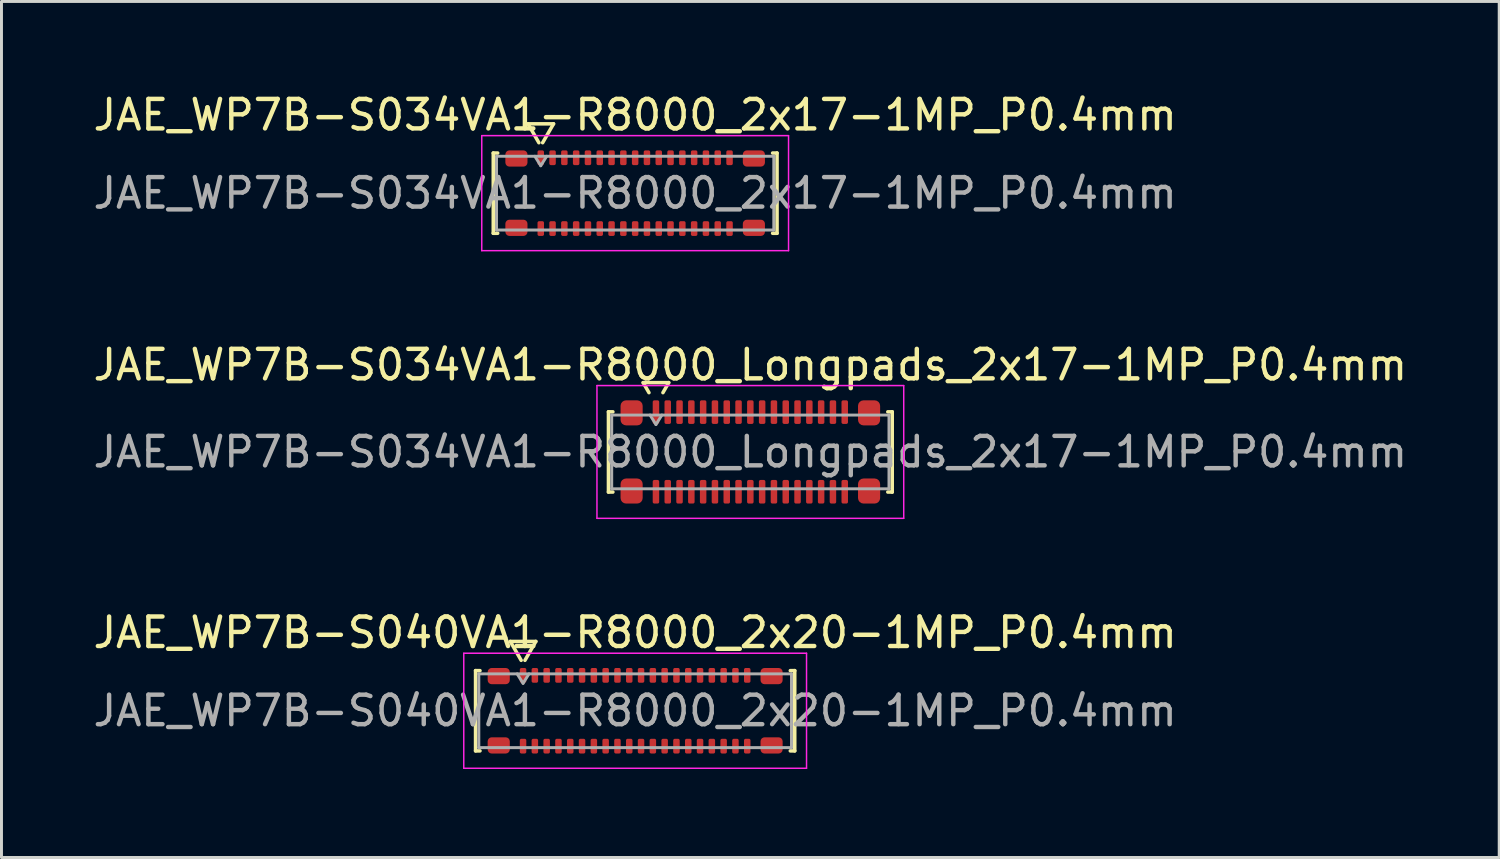
<source format=kicad_pcb>
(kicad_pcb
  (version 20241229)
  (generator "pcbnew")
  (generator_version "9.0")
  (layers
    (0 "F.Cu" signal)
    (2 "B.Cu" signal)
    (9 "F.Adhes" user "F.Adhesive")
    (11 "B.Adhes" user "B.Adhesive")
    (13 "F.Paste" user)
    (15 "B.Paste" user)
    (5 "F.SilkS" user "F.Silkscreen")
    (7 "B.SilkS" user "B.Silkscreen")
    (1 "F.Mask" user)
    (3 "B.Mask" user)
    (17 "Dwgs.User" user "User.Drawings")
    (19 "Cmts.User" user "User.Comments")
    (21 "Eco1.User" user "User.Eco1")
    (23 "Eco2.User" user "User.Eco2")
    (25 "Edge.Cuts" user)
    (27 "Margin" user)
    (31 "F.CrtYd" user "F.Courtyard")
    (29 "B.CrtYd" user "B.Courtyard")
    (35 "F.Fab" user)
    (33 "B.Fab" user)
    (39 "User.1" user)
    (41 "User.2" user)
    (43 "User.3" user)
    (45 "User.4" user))
  (footprint "JAE_WP7B-S034VA1-R8000_2x17-1MP_P0.4mm"
    (layer "F.Cu")
    (at 18.482 3.498)
    (property "Reference" "JAE_WP7B-S034VA1-R8000_2x17-1MP_P0.4mm" (at 0 -2.65 0) (layer "F.SilkS") (effects (font (size 1 1) (thickness 0.15))))
    (attr smd)
    (fp_line (start -4.81 -1.36) (end -4.66 -1.36) (stroke (width 0.12) (type solid)) (layer "F.SilkS"))
    (fp_line (start -4.81 1.36) (end -4.81 -1.36) (stroke (width 0.12) (type solid)) (layer "F.SilkS"))
    (fp_line (start -4.66 1.36) (end -4.81 1.36) (stroke (width 0.12) (type solid)) (layer "F.SilkS"))
    (fp_line (start -3.633 -2.35) (end -3.264 -1.71) (stroke (width 0.12) (type solid)) (layer "F.SilkS"))
    (fp_line (start -3.136 -1.71) (end -2.767 -2.35) (stroke (width 0.12) (type solid)) (layer "F.SilkS"))
    (fp_line (start -2.767 -2.35) (end -3.633 -2.35) (stroke (width 0.12) (type solid)) (layer "F.SilkS"))
    (fp_line (start 4.66 -1.36) (end 4.81 -1.36) (stroke (width 0.12) (type solid)) (layer "F.SilkS"))
    (fp_line (start 4.81 -1.36) (end 4.81 1.36) (stroke (width 0.12) (type solid)) (layer "F.SilkS"))
    (fp_line (start 4.81 1.36) (end 4.66 1.36) (stroke (width 0.12) (type solid)) (layer "F.SilkS"))
    (fp_line (start -5.2 -1.95) (end -5.2 1.95) (stroke (width 0.05) (type solid)) (layer "F.CrtYd"))
    (fp_line (start -5.2 1.95) (end 5.2 1.95) (stroke (width 0.05) (type solid)) (layer "F.CrtYd"))
    (fp_line (start 5.2 -1.95) (end -5.2 -1.95) (stroke (width 0.05) (type solid)) (layer "F.CrtYd"))
    (fp_line (start 5.2 1.95) (end 5.2 -1.95) (stroke (width 0.05) (type solid)) (layer "F.CrtYd"))
    (fp_line (start -4.7 -1.25) (end 4.7 -1.25) (stroke (width 0.1) (type solid)) (layer "F.Fab"))
    (fp_line (start -4.7 1.25) (end -4.7 -1.25) (stroke (width 0.1) (type solid)) (layer "F.Fab"))
    (fp_line (start -3.4 -1.25) (end -3.2 -0.93) (stroke (width 0.1) (type solid)) (layer "F.Fab"))
    (fp_line (start -3.2 -0.93) (end -3 -1.25) (stroke (width 0.1) (type solid)) (layer "F.Fab"))
    (fp_line (start 4.7 -1.25) (end 4.7 1.25) (stroke (width 0.1) (type solid)) (layer "F.Fab"))
    (fp_line (start 4.7 1.25) (end -4.7 1.25) (stroke (width 0.1) (type solid)) (layer "F.Fab"))
    (fp_text user "${REFERENCE}" (at 0 0 0) (layer "F.Fab") (effects (font (size 1 1) (thickness 0.15))))
    (pad "1" smd roundrect (at -3.2 -1.2) (size 0.22 0.5) (layers "F.Cu" "F.Mask" "F.Paste") (roundrect_rratio 0.25))
    (pad "2" smd roundrect (at -3.2 1.2) (size 0.22 0.5) (layers "F.Cu" "F.Mask" "F.Paste") (roundrect_rratio 0.25))
    (pad "3" smd roundrect (at -2.8 -1.2) (size 0.22 0.5) (layers "F.Cu" "F.Mask" "F.Paste") (roundrect_rratio 0.25))
    (pad "4" smd roundrect (at -2.8 1.2) (size 0.22 0.5) (layers "F.Cu" "F.Mask" "F.Paste") (roundrect_rratio 0.25))
    (pad "5" smd roundrect (at -2.4 -1.2) (size 0.22 0.5) (layers "F.Cu" "F.Mask" "F.Paste") (roundrect_rratio 0.25))
    (pad "6" smd roundrect (at -2.4 1.2) (size 0.22 0.5) (layers "F.Cu" "F.Mask" "F.Paste") (roundrect_rratio 0.25))
    (pad "7" smd roundrect (at -2 -1.2) (size 0.22 0.5) (layers "F.Cu" "F.Mask" "F.Paste") (roundrect_rratio 0.25))
    (pad "8" smd roundrect (at -2 1.2) (size 0.22 0.5) (layers "F.Cu" "F.Mask" "F.Paste") (roundrect_rratio 0.25))
    (pad "9" smd roundrect (at -1.6 -1.2) (size 0.22 0.5) (layers "F.Cu" "F.Mask" "F.Paste") (roundrect_rratio 0.25))
    (pad "10" smd roundrect (at -1.6 1.2) (size 0.22 0.5) (layers "F.Cu" "F.Mask" "F.Paste") (roundrect_rratio 0.25))
    (pad "11" smd roundrect (at -1.2 -1.2) (size 0.22 0.5) (layers "F.Cu" "F.Mask" "F.Paste") (roundrect_rratio 0.25))
    (pad "12" smd roundrect (at -1.2 1.2) (size 0.22 0.5) (layers "F.Cu" "F.Mask" "F.Paste") (roundrect_rratio 0.25))
    (pad "13" smd roundrect (at -0.8 -1.2) (size 0.22 0.5) (layers "F.Cu" "F.Mask" "F.Paste") (roundrect_rratio 0.25))
    (pad "14" smd roundrect (at -0.8 1.2) (size 0.22 0.5) (layers "F.Cu" "F.Mask" "F.Paste") (roundrect_rratio 0.25))
    (pad "15" smd roundrect (at -0.4 -1.2) (size 0.22 0.5) (layers "F.Cu" "F.Mask" "F.Paste") (roundrect_rratio 0.25))
    (pad "16" smd roundrect (at -0.4 1.2) (size 0.22 0.5) (layers "F.Cu" "F.Mask" "F.Paste") (roundrect_rratio 0.25))
    (pad "17" smd roundrect (at 0 -1.2) (size 0.22 0.5) (layers "F.Cu" "F.Mask" "F.Paste") (roundrect_rratio 0.25))
    (pad "18" smd roundrect (at 0 1.2) (size 0.22 0.5) (layers "F.Cu" "F.Mask" "F.Paste") (roundrect_rratio 0.25))
    (pad "19" smd roundrect (at 0.4 -1.2) (size 0.22 0.5) (layers "F.Cu" "F.Mask" "F.Paste") (roundrect_rratio 0.25))
    (pad "20" smd roundrect (at 0.4 1.2) (size 0.22 0.5) (layers "F.Cu" "F.Mask" "F.Paste") (roundrect_rratio 0.25))
    (pad "21" smd roundrect (at 0.8 -1.2) (size 0.22 0.5) (layers "F.Cu" "F.Mask" "F.Paste") (roundrect_rratio 0.25))
    (pad "22" smd roundrect (at 0.8 1.2) (size 0.22 0.5) (layers "F.Cu" "F.Mask" "F.Paste") (roundrect_rratio 0.25))
    (pad "23" smd roundrect (at 1.2 -1.2) (size 0.22 0.5) (layers "F.Cu" "F.Mask" "F.Paste") (roundrect_rratio 0.25))
    (pad "24" smd roundrect (at 1.2 1.2) (size 0.22 0.5) (layers "F.Cu" "F.Mask" "F.Paste") (roundrect_rratio 0.25))
    (pad "25" smd roundrect (at 1.6 -1.2) (size 0.22 0.5) (layers "F.Cu" "F.Mask" "F.Paste") (roundrect_rratio 0.25))
    (pad "26" smd roundrect (at 1.6 1.2) (size 0.22 0.5) (layers "F.Cu" "F.Mask" "F.Paste") (roundrect_rratio 0.25))
    (pad "27" smd roundrect (at 2 -1.2) (size 0.22 0.5) (layers "F.Cu" "F.Mask" "F.Paste") (roundrect_rratio 0.25))
    (pad "28" smd roundrect (at 2 1.2) (size 0.22 0.5) (layers "F.Cu" "F.Mask" "F.Paste") (roundrect_rratio 0.25))
    (pad "29" smd roundrect (at 2.4 -1.2) (size 0.22 0.5) (layers "F.Cu" "F.Mask" "F.Paste") (roundrect_rratio 0.25))
    (pad "30" smd roundrect (at 2.4 1.2) (size 0.22 0.5) (layers "F.Cu" "F.Mask" "F.Paste") (roundrect_rratio 0.25))
    (pad "31" smd roundrect (at 2.8 -1.2) (size 0.22 0.5) (layers "F.Cu" "F.Mask" "F.Paste") (roundrect_rratio 0.25))
    (pad "32" smd roundrect (at 2.8 1.2) (size 0.22 0.5) (layers "F.Cu" "F.Mask" "F.Paste") (roundrect_rratio 0.25))
    (pad "33" smd roundrect (at 3.2 -1.2) (size 0.22 0.5) (layers "F.Cu" "F.Mask" "F.Paste") (roundrect_rratio 0.25))
    (pad "34" smd roundrect (at 3.2 1.2) (size 0.22 0.5) (layers "F.Cu" "F.Mask" "F.Paste") (roundrect_rratio 0.25))
    (pad "MP" smd roundrect (at -4.025 -1.175) (size 0.75 0.55) (layers "F.Cu" "F.Mask" "F.Paste") (roundrect_rratio 0.25))
    (pad "MP" smd roundrect (at -4.025 1.175) (size 0.75 0.55) (layers "F.Cu" "F.Mask" "F.Paste") (roundrect_rratio 0.25))
    (pad "MP" smd roundrect (at 4.025 -1.175) (size 0.75 0.55) (layers "F.Cu" "F.Mask" "F.Paste") (roundrect_rratio 0.25))
    (pad "MP" smd roundrect (at 4.025 1.175) (size 0.75 0.55) (layers "F.Cu" "F.Mask" "F.Paste") (roundrect_rratio 0.25)))
  (footprint "JAE_WP7B-S034VA1-R8000_Longpads_2x17-1MP_P0.4mm"
    (layer "F.Cu")
    (at 22.387 12.271)
    (property "Reference" "JAE_WP7B-S034VA1-R8000_Longpads_2x17-1MP_P0.4mm" (at 0 -2.95 0) (layer "F.SilkS") (effects (font (size 1 1) (thickness 0.15))))
    (attr smd)
    (fp_line (start -4.81 -1.36) (end -4.66 -1.36) (stroke (width 0.12) (type solid)) (layer "F.SilkS"))
    (fp_line (start -4.81 1.36) (end -4.81 -1.36) (stroke (width 0.12) (type solid)) (layer "F.SilkS"))
    (fp_line (start -4.66 1.36) (end -4.81 1.36) (stroke (width 0.12) (type solid)) (layer "F.SilkS"))
    (fp_line (start -3.633 -2.35) (end -3.437 -2.01) (stroke (width 0.12) (type solid)) (layer "F.SilkS"))
    (fp_line (start -2.963 -2.01) (end -2.767 -2.35) (stroke (width 0.12) (type solid)) (layer "F.SilkS"))
    (fp_line (start -2.767 -2.35) (end -3.633 -2.35) (stroke (width 0.12) (type solid)) (layer "F.SilkS"))
    (fp_line (start 4.66 -1.36) (end 4.81 -1.36) (stroke (width 0.12) (type solid)) (layer "F.SilkS"))
    (fp_line (start 4.81 -1.36) (end 4.81 1.36) (stroke (width 0.12) (type solid)) (layer "F.SilkS"))
    (fp_line (start 4.81 1.36) (end 4.66 1.36) (stroke (width 0.12) (type solid)) (layer "F.SilkS"))
    (fp_line (start -5.2 -2.25) (end -5.2 2.25) (stroke (width 0.05) (type solid)) (layer "F.CrtYd"))
    (fp_line (start -5.2 2.25) (end 5.2 2.25) (stroke (width 0.05) (type solid)) (layer "F.CrtYd"))
    (fp_line (start 5.2 -2.25) (end -5.2 -2.25) (stroke (width 0.05) (type solid)) (layer "F.CrtYd"))
    (fp_line (start 5.2 2.25) (end 5.2 -2.25) (stroke (width 0.05) (type solid)) (layer "F.CrtYd"))
    (fp_line (start -4.7 -1.25) (end 4.7 -1.25) (stroke (width 0.1) (type solid)) (layer "F.Fab"))
    (fp_line (start -4.7 1.25) (end -4.7 -1.25) (stroke (width 0.1) (type solid)) (layer "F.Fab"))
    (fp_line (start -3.4 -1.25) (end -3.2 -0.93) (stroke (width 0.1) (type solid)) (layer "F.Fab"))
    (fp_line (start -3.2 -0.93) (end -3 -1.25) (stroke (width 0.1) (type solid)) (layer "F.Fab"))
    (fp_line (start 4.7 -1.25) (end 4.7 1.25) (stroke (width 0.1) (type solid)) (layer "F.Fab"))
    (fp_line (start 4.7 1.25) (end -4.7 1.25) (stroke (width 0.1) (type solid)) (layer "F.Fab"))
    (fp_text user "${REFERENCE}" (at 0 0 0) (layer "F.Fab") (effects (font (size 1 1) (thickness 0.15))))
    (pad "1" smd roundrect (at -3.2 -1.35) (size 0.22 0.8) (layers "F.Cu" "F.Mask" "F.Paste") (roundrect_rratio 0.25))
    (pad "2" smd roundrect (at -3.2 1.35) (size 0.22 0.8) (layers "F.Cu" "F.Mask" "F.Paste") (roundrect_rratio 0.25))
    (pad "3" smd roundrect (at -2.8 -1.35) (size 0.22 0.8) (layers "F.Cu" "F.Mask" "F.Paste") (roundrect_rratio 0.25))
    (pad "4" smd roundrect (at -2.8 1.35) (size 0.22 0.8) (layers "F.Cu" "F.Mask" "F.Paste") (roundrect_rratio 0.25))
    (pad "5" smd roundrect (at -2.4 -1.35) (size 0.22 0.8) (layers "F.Cu" "F.Mask" "F.Paste") (roundrect_rratio 0.25))
    (pad "6" smd roundrect (at -2.4 1.35) (size 0.22 0.8) (layers "F.Cu" "F.Mask" "F.Paste") (roundrect_rratio 0.25))
    (pad "7" smd roundrect (at -2 -1.35) (size 0.22 0.8) (layers "F.Cu" "F.Mask" "F.Paste") (roundrect_rratio 0.25))
    (pad "8" smd roundrect (at -2 1.35) (size 0.22 0.8) (layers "F.Cu" "F.Mask" "F.Paste") (roundrect_rratio 0.25))
    (pad "9" smd roundrect (at -1.6 -1.35) (size 0.22 0.8) (layers "F.Cu" "F.Mask" "F.Paste") (roundrect_rratio 0.25))
    (pad "10" smd roundrect (at -1.6 1.35) (size 0.22 0.8) (layers "F.Cu" "F.Mask" "F.Paste") (roundrect_rratio 0.25))
    (pad "11" smd roundrect (at -1.2 -1.35) (size 0.22 0.8) (layers "F.Cu" "F.Mask" "F.Paste") (roundrect_rratio 0.25))
    (pad "12" smd roundrect (at -1.2 1.35) (size 0.22 0.8) (layers "F.Cu" "F.Mask" "F.Paste") (roundrect_rratio 0.25))
    (pad "13" smd roundrect (at -0.8 -1.35) (size 0.22 0.8) (layers "F.Cu" "F.Mask" "F.Paste") (roundrect_rratio 0.25))
    (pad "14" smd roundrect (at -0.8 1.35) (size 0.22 0.8) (layers "F.Cu" "F.Mask" "F.Paste") (roundrect_rratio 0.25))
    (pad "15" smd roundrect (at -0.4 -1.35) (size 0.22 0.8) (layers "F.Cu" "F.Mask" "F.Paste") (roundrect_rratio 0.25))
    (pad "16" smd roundrect (at -0.4 1.35) (size 0.22 0.8) (layers "F.Cu" "F.Mask" "F.Paste") (roundrect_rratio 0.25))
    (pad "17" smd roundrect (at 0 -1.35) (size 0.22 0.8) (layers "F.Cu" "F.Mask" "F.Paste") (roundrect_rratio 0.25))
    (pad "18" smd roundrect (at 0 1.35) (size 0.22 0.8) (layers "F.Cu" "F.Mask" "F.Paste") (roundrect_rratio 0.25))
    (pad "19" smd roundrect (at 0.4 -1.35) (size 0.22 0.8) (layers "F.Cu" "F.Mask" "F.Paste") (roundrect_rratio 0.25))
    (pad "20" smd roundrect (at 0.4 1.35) (size 0.22 0.8) (layers "F.Cu" "F.Mask" "F.Paste") (roundrect_rratio 0.25))
    (pad "21" smd roundrect (at 0.8 -1.35) (size 0.22 0.8) (layers "F.Cu" "F.Mask" "F.Paste") (roundrect_rratio 0.25))
    (pad "22" smd roundrect (at 0.8 1.35) (size 0.22 0.8) (layers "F.Cu" "F.Mask" "F.Paste") (roundrect_rratio 0.25))
    (pad "23" smd roundrect (at 1.2 -1.35) (size 0.22 0.8) (layers "F.Cu" "F.Mask" "F.Paste") (roundrect_rratio 0.25))
    (pad "24" smd roundrect (at 1.2 1.35) (size 0.22 0.8) (layers "F.Cu" "F.Mask" "F.Paste") (roundrect_rratio 0.25))
    (pad "25" smd roundrect (at 1.6 -1.35) (size 0.22 0.8) (layers "F.Cu" "F.Mask" "F.Paste") (roundrect_rratio 0.25))
    (pad "26" smd roundrect (at 1.6 1.35) (size 0.22 0.8) (layers "F.Cu" "F.Mask" "F.Paste") (roundrect_rratio 0.25))
    (pad "27" smd roundrect (at 2 -1.35) (size 0.22 0.8) (layers "F.Cu" "F.Mask" "F.Paste") (roundrect_rratio 0.25))
    (pad "28" smd roundrect (at 2 1.35) (size 0.22 0.8) (layers "F.Cu" "F.Mask" "F.Paste") (roundrect_rratio 0.25))
    (pad "29" smd roundrect (at 2.4 -1.35) (size 0.22 0.8) (layers "F.Cu" "F.Mask" "F.Paste") (roundrect_rratio 0.25))
    (pad "30" smd roundrect (at 2.4 1.35) (size 0.22 0.8) (layers "F.Cu" "F.Mask" "F.Paste") (roundrect_rratio 0.25))
    (pad "31" smd roundrect (at 2.8 -1.35) (size 0.22 0.8) (layers "F.Cu" "F.Mask" "F.Paste") (roundrect_rratio 0.25))
    (pad "32" smd roundrect (at 2.8 1.35) (size 0.22 0.8) (layers "F.Cu" "F.Mask" "F.Paste") (roundrect_rratio 0.25))
    (pad "33" smd roundrect (at 3.2 -1.35) (size 0.22 0.8) (layers "F.Cu" "F.Mask" "F.Paste") (roundrect_rratio 0.25))
    (pad "34" smd roundrect (at 3.2 1.35) (size 0.22 0.8) (layers "F.Cu" "F.Mask" "F.Paste") (roundrect_rratio 0.25))
    (pad "MP" smd roundrect (at -4.025 -1.325) (size 0.75 0.85) (layers "F.Cu" "F.Mask" "F.Paste") (roundrect_rratio 0.25))
    (pad "MP" smd roundrect (at -4.025 1.325) (size 0.75 0.85) (layers "F.Cu" "F.Mask" "F.Paste") (roundrect_rratio 0.25))
    (pad "MP" smd roundrect (at 4.025 -1.325) (size 0.75 0.85) (layers "F.Cu" "F.Mask" "F.Paste") (roundrect_rratio 0.25))
    (pad "MP" smd roundrect (at 4.025 1.325) (size 0.75 0.85) (layers "F.Cu" "F.Mask" "F.Paste") (roundrect_rratio 0.25)))
  (footprint "JAE_WP7B-S040VA1-R8000_2x20-1MP_P0.4mm"
    (layer "F.Cu")
    (at 18.482 21.045)
    (property "Reference" "JAE_WP7B-S040VA1-R8000_2x20-1MP_P0.4mm" (at 0 -2.65 0) (layer "F.SilkS") (effects (font (size 1 1) (thickness 0.15))))
    (attr smd)
    (fp_line (start -5.41 -1.36) (end -5.26 -1.36) (stroke (width 0.12) (type solid)) (layer "F.SilkS"))
    (fp_line (start -5.41 1.36) (end -5.41 -1.36) (stroke (width 0.12) (type solid)) (layer "F.SilkS"))
    (fp_line (start -5.26 1.36) (end -5.41 1.36) (stroke (width 0.12) (type solid)) (layer "F.SilkS"))
    (fp_line (start -4.233 -2.35) (end -3.864 -1.71) (stroke (width 0.12) (type solid)) (layer "F.SilkS"))
    (fp_line (start -3.736 -1.71) (end -3.367 -2.35) (stroke (width 0.12) (type solid)) (layer "F.SilkS"))
    (fp_line (start -3.367 -2.35) (end -4.233 -2.35) (stroke (width 0.12) (type solid)) (layer "F.SilkS"))
    (fp_line (start 5.26 -1.36) (end 5.41 -1.36) (stroke (width 0.12) (type solid)) (layer "F.SilkS"))
    (fp_line (start 5.41 -1.36) (end 5.41 1.36) (stroke (width 0.12) (type solid)) (layer "F.SilkS"))
    (fp_line (start 5.41 1.36) (end 5.26 1.36) (stroke (width 0.12) (type solid)) (layer "F.SilkS"))
    (fp_line (start -5.81 -1.95) (end -5.81 1.95) (stroke (width 0.05) (type solid)) (layer "F.CrtYd"))
    (fp_line (start -5.81 1.95) (end 5.81 1.95) (stroke (width 0.05) (type solid)) (layer "F.CrtYd"))
    (fp_line (start 5.81 -1.95) (end -5.81 -1.95) (stroke (width 0.05) (type solid)) (layer "F.CrtYd"))
    (fp_line (start 5.81 1.95) (end 5.81 -1.95) (stroke (width 0.05) (type solid)) (layer "F.CrtYd"))
    (fp_line (start -5.3 -1.25) (end 5.3 -1.25) (stroke (width 0.1) (type solid)) (layer "F.Fab"))
    (fp_line (start -5.3 1.25) (end -5.3 -1.25) (stroke (width 0.1) (type solid)) (layer "F.Fab"))
    (fp_line (start -4 -1.25) (end -3.8 -0.93) (stroke (width 0.1) (type solid)) (layer "F.Fab"))
    (fp_line (start -3.8 -0.93) (end -3.6 -1.25) (stroke (width 0.1) (type solid)) (layer "F.Fab"))
    (fp_line (start 5.3 -1.25) (end 5.3 1.25) (stroke (width 0.1) (type solid)) (layer "F.Fab"))
    (fp_line (start 5.3 1.25) (end -5.3 1.25) (stroke (width 0.1) (type solid)) (layer "F.Fab"))
    (fp_text user "${REFERENCE}" (at 0 0 0) (layer "F.Fab") (effects (font (size 1 1) (thickness 0.15))))
    (pad "1" smd roundrect (at -3.8 -1.2) (size 0.22 0.5) (layers "F.Cu" "F.Mask" "F.Paste") (roundrect_rratio 0.25))
    (pad "2" smd roundrect (at -3.8 1.2) (size 0.22 0.5) (layers "F.Cu" "F.Mask" "F.Paste") (roundrect_rratio 0.25))
    (pad "3" smd roundrect (at -3.4 -1.2) (size 0.22 0.5) (layers "F.Cu" "F.Mask" "F.Paste") (roundrect_rratio 0.25))
    (pad "4" smd roundrect (at -3.4 1.2) (size 0.22 0.5) (layers "F.Cu" "F.Mask" "F.Paste") (roundrect_rratio 0.25))
    (pad "5" smd roundrect (at -3 -1.2) (size 0.22 0.5) (layers "F.Cu" "F.Mask" "F.Paste") (roundrect_rratio 0.25))
    (pad "6" smd roundrect (at -3 1.2) (size 0.22 0.5) (layers "F.Cu" "F.Mask" "F.Paste") (roundrect_rratio 0.25))
    (pad "7" smd roundrect (at -2.6 -1.2) (size 0.22 0.5) (layers "F.Cu" "F.Mask" "F.Paste") (roundrect_rratio 0.25))
    (pad "8" smd roundrect (at -2.6 1.2) (size 0.22 0.5) (layers "F.Cu" "F.Mask" "F.Paste") (roundrect_rratio 0.25))
    (pad "9" smd roundrect (at -2.2 -1.2) (size 0.22 0.5) (layers "F.Cu" "F.Mask" "F.Paste") (roundrect_rratio 0.25))
    (pad "10" smd roundrect (at -2.2 1.2) (size 0.22 0.5) (layers "F.Cu" "F.Mask" "F.Paste") (roundrect_rratio 0.25))
    (pad "11" smd roundrect (at -1.8 -1.2) (size 0.22 0.5) (layers "F.Cu" "F.Mask" "F.Paste") (roundrect_rratio 0.25))
    (pad "12" smd roundrect (at -1.8 1.2) (size 0.22 0.5) (layers "F.Cu" "F.Mask" "F.Paste") (roundrect_rratio 0.25))
    (pad "13" smd roundrect (at -1.4 -1.2) (size 0.22 0.5) (layers "F.Cu" "F.Mask" "F.Paste") (roundrect_rratio 0.25))
    (pad "14" smd roundrect (at -1.4 1.2) (size 0.22 0.5) (layers "F.Cu" "F.Mask" "F.Paste") (roundrect_rratio 0.25))
    (pad "15" smd roundrect (at -1 -1.2) (size 0.22 0.5) (layers "F.Cu" "F.Mask" "F.Paste") (roundrect_rratio 0.25))
    (pad "16" smd roundrect (at -1 1.2) (size 0.22 0.5) (layers "F.Cu" "F.Mask" "F.Paste") (roundrect_rratio 0.25))
    (pad "17" smd roundrect (at -0.6 -1.2) (size 0.22 0.5) (layers "F.Cu" "F.Mask" "F.Paste") (roundrect_rratio 0.25))
    (pad "18" smd roundrect (at -0.6 1.2) (size 0.22 0.5) (layers "F.Cu" "F.Mask" "F.Paste") (roundrect_rratio 0.25))
    (pad "19" smd roundrect (at -0.2 -1.2) (size 0.22 0.5) (layers "F.Cu" "F.Mask" "F.Paste") (roundrect_rratio 0.25))
    (pad "20" smd roundrect (at -0.2 1.2) (size 0.22 0.5) (layers "F.Cu" "F.Mask" "F.Paste") (roundrect_rratio 0.25))
    (pad "21" smd roundrect (at 0.2 -1.2) (size 0.22 0.5) (layers "F.Cu" "F.Mask" "F.Paste") (roundrect_rratio 0.25))
    (pad "22" smd roundrect (at 0.2 1.2) (size 0.22 0.5) (layers "F.Cu" "F.Mask" "F.Paste") (roundrect_rratio 0.25))
    (pad "23" smd roundrect (at 0.6 -1.2) (size 0.22 0.5) (layers "F.Cu" "F.Mask" "F.Paste") (roundrect_rratio 0.25))
    (pad "24" smd roundrect (at 0.6 1.2) (size 0.22 0.5) (layers "F.Cu" "F.Mask" "F.Paste") (roundrect_rratio 0.25))
    (pad "25" smd roundrect (at 1 -1.2) (size 0.22 0.5) (layers "F.Cu" "F.Mask" "F.Paste") (roundrect_rratio 0.25))
    (pad "26" smd roundrect (at 1 1.2) (size 0.22 0.5) (layers "F.Cu" "F.Mask" "F.Paste") (roundrect_rratio 0.25))
    (pad "27" smd roundrect (at 1.4 -1.2) (size 0.22 0.5) (layers "F.Cu" "F.Mask" "F.Paste") (roundrect_rratio 0.25))
    (pad "28" smd roundrect (at 1.4 1.2) (size 0.22 0.5) (layers "F.Cu" "F.Mask" "F.Paste") (roundrect_rratio 0.25))
    (pad "29" smd roundrect (at 1.8 -1.2) (size 0.22 0.5) (layers "F.Cu" "F.Mask" "F.Paste") (roundrect_rratio 0.25))
    (pad "30" smd roundrect (at 1.8 1.2) (size 0.22 0.5) (layers "F.Cu" "F.Mask" "F.Paste") (roundrect_rratio 0.25))
    (pad "31" smd roundrect (at 2.2 -1.2) (size 0.22 0.5) (layers "F.Cu" "F.Mask" "F.Paste") (roundrect_rratio 0.25))
    (pad "32" smd roundrect (at 2.2 1.2) (size 0.22 0.5) (layers "F.Cu" "F.Mask" "F.Paste") (roundrect_rratio 0.25))
    (pad "33" smd roundrect (at 2.6 -1.2) (size 0.22 0.5) (layers "F.Cu" "F.Mask" "F.Paste") (roundrect_rratio 0.25))
    (pad "34" smd roundrect (at 2.6 1.2) (size 0.22 0.5) (layers "F.Cu" "F.Mask" "F.Paste") (roundrect_rratio 0.25))
    (pad "35" smd roundrect (at 3 -1.2) (size 0.22 0.5) (layers "F.Cu" "F.Mask" "F.Paste") (roundrect_rratio 0.25))
    (pad "36" smd roundrect (at 3 1.2) (size 0.22 0.5) (layers "F.Cu" "F.Mask" "F.Paste") (roundrect_rratio 0.25))
    (pad "37" smd roundrect (at 3.4 -1.2) (size 0.22 0.5) (layers "F.Cu" "F.Mask" "F.Paste") (roundrect_rratio 0.25))
    (pad "38" smd roundrect (at 3.4 1.2) (size 0.22 0.5) (layers "F.Cu" "F.Mask" "F.Paste") (roundrect_rratio 0.25))
    (pad "39" smd roundrect (at 3.8 -1.2) (size 0.22 0.5) (layers "F.Cu" "F.Mask" "F.Paste") (roundrect_rratio 0.25))
    (pad "40" smd roundrect (at 3.8 1.2) (size 0.22 0.5) (layers "F.Cu" "F.Mask" "F.Paste") (roundrect_rratio 0.25))
    (pad "MP" smd roundrect (at -4.625 -1.175) (size 0.75 0.55) (layers "F.Cu" "F.Mask" "F.Paste") (roundrect_rratio 0.25))
    (pad "MP" smd roundrect (at -4.625 1.175) (size 0.75 0.55) (layers "F.Cu" "F.Mask" "F.Paste") (roundrect_rratio 0.25))
    (pad "MP" smd roundrect (at 4.625 -1.175) (size 0.75 0.55) (layers "F.Cu" "F.Mask" "F.Paste") (roundrect_rratio 0.25))
    (pad "MP" smd roundrect (at 4.625 1.175) (size 0.75 0.55) (layers "F.Cu" "F.Mask" "F.Paste") (roundrect_rratio 0.25)))
  (gr_rect
    (start -3 -3)
    (end 47.774 26.02)
    (stroke (width 0.1) (type default))
    (fill no)
    (layer "Edge.Cuts")))
</source>
